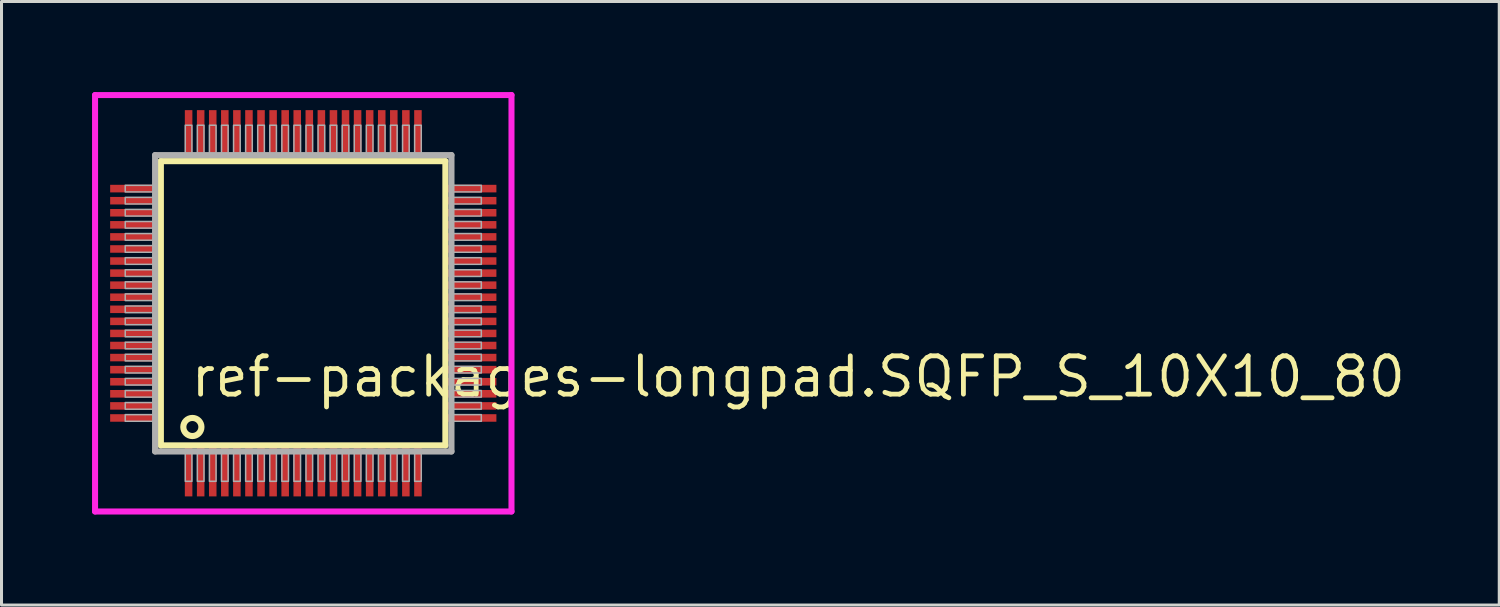
<source format=kicad_pcb>
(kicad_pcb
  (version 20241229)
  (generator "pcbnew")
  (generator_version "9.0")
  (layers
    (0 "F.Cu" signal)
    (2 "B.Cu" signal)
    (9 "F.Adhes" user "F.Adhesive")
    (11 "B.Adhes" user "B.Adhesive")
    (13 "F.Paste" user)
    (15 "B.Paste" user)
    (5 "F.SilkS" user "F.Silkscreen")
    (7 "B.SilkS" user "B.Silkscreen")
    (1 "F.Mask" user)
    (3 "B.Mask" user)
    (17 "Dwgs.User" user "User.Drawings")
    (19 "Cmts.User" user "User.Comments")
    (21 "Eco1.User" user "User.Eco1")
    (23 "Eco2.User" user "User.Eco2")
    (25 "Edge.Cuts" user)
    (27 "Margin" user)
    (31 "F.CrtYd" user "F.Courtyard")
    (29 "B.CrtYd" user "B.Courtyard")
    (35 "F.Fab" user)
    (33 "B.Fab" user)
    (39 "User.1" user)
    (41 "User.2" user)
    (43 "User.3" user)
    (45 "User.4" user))
  (footprint "ref-packages-longpad.SQFP_S_10X10_80"
    (layer "F.Cu")
    (at 7 7)
    (property "Reference" "ref-packages-longpad.SQFP_S_10X10_80" (at -3.81 3.175 0) (layer "F.SilkS") (effects (font (size 1.27 1.27) (thickness 0.16)) (justify left bottom)))
    (attr smd)
    (fp_line (start -4.72 -4.71) (end 4.71 -4.71) (stroke (width 0.203) (type default)) (layer "F.SilkS"))
    (fp_line (start -4.72 4.71) (end -4.72 -4.71) (stroke (width 0.203) (type default)) (layer "F.SilkS"))
    (fp_line (start 4.71 -4.71) (end 4.71 4.71) (stroke (width 0.203) (type default)) (layer "F.SilkS"))
    (fp_line (start 4.71 4.71) (end -4.72 4.71) (stroke (width 0.203) (type default)) (layer "F.SilkS"))
    (fp_circle (center -3.675 4.1) (end -3.375 4.1) (stroke (width 0.203) (type default)) (fill no) (layer "F.SilkS"))
    (fp_line (start -6.9 -6.9) (end 6.9 -6.9) (stroke (width 0.2) (type default)) (layer "F.CrtYd"))
    (fp_line (start -6.9 6.9) (end -6.9 -6.9) (stroke (width 0.2) (type default)) (layer "F.CrtYd"))
    (fp_line (start 6.9 -6.9) (end 6.9 6.9) (stroke (width 0.2) (type default)) (layer "F.CrtYd"))
    (fp_line (start 6.9 6.9) (end -6.9 6.9) (stroke (width 0.2) (type default)) (layer "F.CrtYd"))
    (fp_line (start -4.91 -4.91) (end -4.91 4.91) (stroke (width 0.203) (type default)) (layer "F.Fab"))
    (fp_line (start -4.91 4.91) (end 4.91 4.91) (stroke (width 0.203) (type default)) (layer "F.Fab"))
    (fp_line (start 4.91 -4.91) (end -4.91 -4.91) (stroke (width 0.203) (type default)) (layer "F.Fab"))
    (fp_line (start 4.91 4.91) (end 4.91 -4.91) (stroke (width 0.203) (type default)) (layer "F.Fab"))
    (fp_rect (start -5.9 -3.69) (end -4.95 -3.91) (stroke (width 0.05) (type default)) (fill no) (layer "F.Fab"))
    (fp_rect (start -5.9 -3.29) (end -4.95 -3.51) (stroke (width 0.05) (type default)) (fill no) (layer "F.Fab"))
    (fp_rect (start -5.9 -2.89) (end -4.95 -3.11) (stroke (width 0.05) (type default)) (fill no) (layer "F.Fab"))
    (fp_rect (start -5.9 -2.49) (end -4.95 -2.71) (stroke (width 0.05) (type default)) (fill no) (layer "F.Fab"))
    (fp_rect (start -5.9 -2.09) (end -4.95 -2.31) (stroke (width 0.05) (type default)) (fill no) (layer "F.Fab"))
    (fp_rect (start -5.9 -1.69) (end -4.95 -1.91) (stroke (width 0.05) (type default)) (fill no) (layer "F.Fab"))
    (fp_rect (start -5.9 -1.29) (end -4.95 -1.51) (stroke (width 0.05) (type default)) (fill no) (layer "F.Fab"))
    (fp_rect (start -5.9 -0.89) (end -4.95 -1.11) (stroke (width 0.05) (type default)) (fill no) (layer "F.Fab"))
    (fp_rect (start -5.9 -0.49) (end -4.95 -0.71) (stroke (width 0.05) (type default)) (fill no) (layer "F.Fab"))
    (fp_rect (start -5.9 -0.09) (end -4.95 -0.31) (stroke (width 0.05) (type default)) (fill no) (layer "F.Fab"))
    (fp_rect (start -5.9 0.31) (end -4.95 0.09) (stroke (width 0.05) (type default)) (fill no) (layer "F.Fab"))
    (fp_rect (start -5.9 0.71) (end -4.95 0.49) (stroke (width 0.05) (type default)) (fill no) (layer "F.Fab"))
    (fp_rect (start -5.9 1.11) (end -4.95 0.89) (stroke (width 0.05) (type default)) (fill no) (layer "F.Fab"))
    (fp_rect (start -5.9 1.51) (end -4.95 1.29) (stroke (width 0.05) (type default)) (fill no) (layer "F.Fab"))
    (fp_rect (start -5.9 1.91) (end -4.95 1.69) (stroke (width 0.05) (type default)) (fill no) (layer "F.Fab"))
    (fp_rect (start -5.9 2.31) (end -4.95 2.09) (stroke (width 0.05) (type default)) (fill no) (layer "F.Fab"))
    (fp_rect (start -5.9 2.71) (end -4.95 2.49) (stroke (width 0.05) (type default)) (fill no) (layer "F.Fab"))
    (fp_rect (start -5.9 3.11) (end -4.95 2.89) (stroke (width 0.05) (type default)) (fill no) (layer "F.Fab"))
    (fp_rect (start -5.9 3.51) (end -4.95 3.29) (stroke (width 0.05) (type default)) (fill no) (layer "F.Fab"))
    (fp_rect (start -5.9 3.91) (end -4.95 3.69) (stroke (width 0.05) (type default)) (fill no) (layer "F.Fab"))
    (fp_rect (start -3.91 -4.95) (end -3.69 -5.9) (stroke (width 0.05) (type default)) (fill no) (layer "F.Fab"))
    (fp_rect (start -3.91 5.9) (end -3.69 4.95) (stroke (width 0.05) (type default)) (fill no) (layer "F.Fab"))
    (fp_rect (start -3.51 -4.95) (end -3.29 -5.9) (stroke (width 0.05) (type default)) (fill no) (layer "F.Fab"))
    (fp_rect (start -3.51 5.9) (end -3.29 4.95) (stroke (width 0.05) (type default)) (fill no) (layer "F.Fab"))
    (fp_rect (start -3.11 -4.95) (end -2.89 -5.9) (stroke (width 0.05) (type default)) (fill no) (layer "F.Fab"))
    (fp_rect (start -3.11 5.9) (end -2.89 4.95) (stroke (width 0.05) (type default)) (fill no) (layer "F.Fab"))
    (fp_rect (start -2.71 -4.95) (end -2.49 -5.9) (stroke (width 0.05) (type default)) (fill no) (layer "F.Fab"))
    (fp_rect (start -2.71 5.9) (end -2.49 4.95) (stroke (width 0.05) (type default)) (fill no) (layer "F.Fab"))
    (fp_rect (start -2.31 -4.95) (end -2.09 -5.9) (stroke (width 0.05) (type default)) (fill no) (layer "F.Fab"))
    (fp_rect (start -2.31 5.9) (end -2.09 4.95) (stroke (width 0.05) (type default)) (fill no) (layer "F.Fab"))
    (fp_rect (start -1.91 -4.95) (end -1.69 -5.9) (stroke (width 0.05) (type default)) (fill no) (layer "F.Fab"))
    (fp_rect (start -1.91 5.9) (end -1.69 4.95) (stroke (width 0.05) (type default)) (fill no) (layer "F.Fab"))
    (fp_rect (start -1.51 -4.95) (end -1.29 -5.9) (stroke (width 0.05) (type default)) (fill no) (layer "F.Fab"))
    (fp_rect (start -1.51 5.9) (end -1.29 4.95) (stroke (width 0.05) (type default)) (fill no) (layer "F.Fab"))
    (fp_rect (start -1.11 -4.95) (end -0.89 -5.9) (stroke (width 0.05) (type default)) (fill no) (layer "F.Fab"))
    (fp_rect (start -1.11 5.9) (end -0.89 4.95) (stroke (width 0.05) (type default)) (fill no) (layer "F.Fab"))
    (fp_rect (start -0.71 -4.95) (end -0.49 -5.9) (stroke (width 0.05) (type default)) (fill no) (layer "F.Fab"))
    (fp_rect (start -0.71 5.9) (end -0.49 4.95) (stroke (width 0.05) (type default)) (fill no) (layer "F.Fab"))
    (fp_rect (start -0.31 -4.95) (end -0.09 -5.9) (stroke (width 0.05) (type default)) (fill no) (layer "F.Fab"))
    (fp_rect (start -0.31 5.9) (end -0.09 4.95) (stroke (width 0.05) (type default)) (fill no) (layer "F.Fab"))
    (fp_rect (start 0.09 -4.95) (end 0.31 -5.9) (stroke (width 0.05) (type default)) (fill no) (layer "F.Fab"))
    (fp_rect (start 0.09 5.9) (end 0.31 4.95) (stroke (width 0.05) (type default)) (fill no) (layer "F.Fab"))
    (fp_rect (start 0.49 -4.95) (end 0.71 -5.9) (stroke (width 0.05) (type default)) (fill no) (layer "F.Fab"))
    (fp_rect (start 0.49 5.9) (end 0.71 4.95) (stroke (width 0.05) (type default)) (fill no) (layer "F.Fab"))
    (fp_rect (start 0.89 -4.95) (end 1.11 -5.9) (stroke (width 0.05) (type default)) (fill no) (layer "F.Fab"))
    (fp_rect (start 0.89 5.9) (end 1.11 4.95) (stroke (width 0.05) (type default)) (fill no) (layer "F.Fab"))
    (fp_rect (start 1.29 -4.95) (end 1.51 -5.9) (stroke (width 0.05) (type default)) (fill no) (layer "F.Fab"))
    (fp_rect (start 1.29 5.9) (end 1.51 4.95) (stroke (width 0.05) (type default)) (fill no) (layer "F.Fab"))
    (fp_rect (start 1.69 -4.95) (end 1.91 -5.9) (stroke (width 0.05) (type default)) (fill no) (layer "F.Fab"))
    (fp_rect (start 1.69 5.9) (end 1.91 4.95) (stroke (width 0.05) (type default)) (fill no) (layer "F.Fab"))
    (fp_rect (start 2.09 -4.95) (end 2.31 -5.9) (stroke (width 0.05) (type default)) (fill no) (layer "F.Fab"))
    (fp_rect (start 2.09 5.9) (end 2.31 4.95) (stroke (width 0.05) (type default)) (fill no) (layer "F.Fab"))
    (fp_rect (start 2.49 -4.95) (end 2.71 -5.9) (stroke (width 0.05) (type default)) (fill no) (layer "F.Fab"))
    (fp_rect (start 2.49 5.9) (end 2.71 4.95) (stroke (width 0.05) (type default)) (fill no) (layer "F.Fab"))
    (fp_rect (start 2.89 -4.95) (end 3.11 -5.9) (stroke (width 0.05) (type default)) (fill no) (layer "F.Fab"))
    (fp_rect (start 2.89 5.9) (end 3.11 4.95) (stroke (width 0.05) (type default)) (fill no) (layer "F.Fab"))
    (fp_rect (start 3.29 -4.95) (end 3.51 -5.9) (stroke (width 0.05) (type default)) (fill no) (layer "F.Fab"))
    (fp_rect (start 3.29 5.9) (end 3.51 4.95) (stroke (width 0.05) (type default)) (fill no) (layer "F.Fab"))
    (fp_rect (start 3.69 -4.95) (end 3.91 -5.9) (stroke (width 0.05) (type default)) (fill no) (layer "F.Fab"))
    (fp_rect (start 3.69 5.9) (end 3.91 4.95) (stroke (width 0.05) (type default)) (fill no) (layer "F.Fab"))
    (fp_rect (start 4.95 -3.69) (end 5.9 -3.91) (stroke (width 0.05) (type default)) (fill no) (layer "F.Fab"))
    (fp_rect (start 4.95 -3.29) (end 5.9 -3.51) (stroke (width 0.05) (type default)) (fill no) (layer "F.Fab"))
    (fp_rect (start 4.95 -2.89) (end 5.9 -3.11) (stroke (width 0.05) (type default)) (fill no) (layer "F.Fab"))
    (fp_rect (start 4.95 -2.49) (end 5.9 -2.71) (stroke (width 0.05) (type default)) (fill no) (layer "F.Fab"))
    (fp_rect (start 4.95 -2.09) (end 5.9 -2.31) (stroke (width 0.05) (type default)) (fill no) (layer "F.Fab"))
    (fp_rect (start 4.95 -1.69) (end 5.9 -1.91) (stroke (width 0.05) (type default)) (fill no) (layer "F.Fab"))
    (fp_rect (start 4.95 -1.29) (end 5.9 -1.51) (stroke (width 0.05) (type default)) (fill no) (layer "F.Fab"))
    (fp_rect (start 4.95 -0.89) (end 5.9 -1.11) (stroke (width 0.05) (type default)) (fill no) (layer "F.Fab"))
    (fp_rect (start 4.95 -0.49) (end 5.9 -0.71) (stroke (width 0.05) (type default)) (fill no) (layer "F.Fab"))
    (fp_rect (start 4.95 -0.09) (end 5.9 -0.31) (stroke (width 0.05) (type default)) (fill no) (layer "F.Fab"))
    (fp_rect (start 4.95 0.31) (end 5.9 0.09) (stroke (width 0.05) (type default)) (fill no) (layer "F.Fab"))
    (fp_rect (start 4.95 0.71) (end 5.9 0.49) (stroke (width 0.05) (type default)) (fill no) (layer "F.Fab"))
    (fp_rect (start 4.95 1.11) (end 5.9 0.89) (stroke (width 0.05) (type default)) (fill no) (layer "F.Fab"))
    (fp_rect (start 4.95 1.51) (end 5.9 1.29) (stroke (width 0.05) (type default)) (fill no) (layer "F.Fab"))
    (fp_rect (start 4.95 1.91) (end 5.9 1.69) (stroke (width 0.05) (type default)) (fill no) (layer "F.Fab"))
    (fp_rect (start 4.95 2.31) (end 5.9 2.09) (stroke (width 0.05) (type default)) (fill no) (layer "F.Fab"))
    (fp_rect (start 4.95 2.71) (end 5.9 2.49) (stroke (width 0.05) (type default)) (fill no) (layer "F.Fab"))
    (fp_rect (start 4.95 3.11) (end 5.9 2.89) (stroke (width 0.05) (type default)) (fill no) (layer "F.Fab"))
    (fp_rect (start 4.95 3.51) (end 5.9 3.29) (stroke (width 0.05) (type default)) (fill no) (layer "F.Fab"))
    (fp_rect (start 4.95 3.91) (end 5.9 3.69) (stroke (width 0.05) (type default)) (fill no) (layer "F.Fab"))
    (pad "1" smd roundrect (at -3.8 5.6) (size 0.25 1.6) (layers "F.Cu" "F.Mask" "F.Paste") (roundrect_rratio 0.01))
    (pad "2" smd roundrect (at -3.4 5.6) (size 0.25 1.6) (layers "F.Cu" "F.Mask" "F.Paste") (roundrect_rratio 0.01))
    (pad "3" smd roundrect (at -3 5.6) (size 0.25 1.6) (layers "F.Cu" "F.Mask" "F.Paste") (roundrect_rratio 0.01))
    (pad "4" smd roundrect (at -2.6 5.6) (size 0.25 1.6) (layers "F.Cu" "F.Mask" "F.Paste") (roundrect_rratio 0.01))
    (pad "5" smd roundrect (at -2.2 5.6) (size 0.25 1.6) (layers "F.Cu" "F.Mask" "F.Paste") (roundrect_rratio 0.01))
    (pad "6" smd roundrect (at -1.8 5.6) (size 0.25 1.6) (layers "F.Cu" "F.Mask" "F.Paste") (roundrect_rratio 0.01))
    (pad "7" smd roundrect (at -1.4 5.6) (size 0.25 1.6) (layers "F.Cu" "F.Mask" "F.Paste") (roundrect_rratio 0.01))
    (pad "8" smd roundrect (at -1 5.6) (size 0.25 1.6) (layers "F.Cu" "F.Mask" "F.Paste") (roundrect_rratio 0.01))
    (pad "9" smd roundrect (at -0.6 5.6) (size 0.25 1.6) (layers "F.Cu" "F.Mask" "F.Paste") (roundrect_rratio 0.01))
    (pad "10" smd roundrect (at -0.2 5.6) (size 0.25 1.6) (layers "F.Cu" "F.Mask" "F.Paste") (roundrect_rratio 0.01))
    (pad "11" smd roundrect (at 0.2 5.6) (size 0.25 1.6) (layers "F.Cu" "F.Mask" "F.Paste") (roundrect_rratio 0.01))
    (pad "12" smd roundrect (at 0.6 5.6) (size 0.25 1.6) (layers "F.Cu" "F.Mask" "F.Paste") (roundrect_rratio 0.01))
    (pad "13" smd roundrect (at 1 5.6) (size 0.25 1.6) (layers "F.Cu" "F.Mask" "F.Paste") (roundrect_rratio 0.01))
    (pad "14" smd roundrect (at 1.4 5.6) (size 0.25 1.6) (layers "F.Cu" "F.Mask" "F.Paste") (roundrect_rratio 0.01))
    (pad "15" smd roundrect (at 1.8 5.6) (size 0.25 1.6) (layers "F.Cu" "F.Mask" "F.Paste") (roundrect_rratio 0.01))
    (pad "16" smd roundrect (at 2.2 5.6) (size 0.25 1.6) (layers "F.Cu" "F.Mask" "F.Paste") (roundrect_rratio 0.01))
    (pad "17" smd roundrect (at 2.6 5.6) (size 0.25 1.6) (layers "F.Cu" "F.Mask" "F.Paste") (roundrect_rratio 0.01))
    (pad "18" smd roundrect (at 3 5.6) (size 0.25 1.6) (layers "F.Cu" "F.Mask" "F.Paste") (roundrect_rratio 0.01))
    (pad "19" smd roundrect (at 3.4 5.6) (size 0.25 1.6) (layers "F.Cu" "F.Mask" "F.Paste") (roundrect_rratio 0.01))
    (pad "20" smd roundrect (at 3.8 5.6) (size 0.25 1.6) (layers "F.Cu" "F.Mask" "F.Paste") (roundrect_rratio 0.01))
    (pad "21" smd roundrect (at 5.6 3.8) (size 1.6 0.25) (layers "F.Cu" "F.Mask" "F.Paste") (roundrect_rratio 0.01))
    (pad "22" smd roundrect (at 5.6 3.4) (size 1.6 0.25) (layers "F.Cu" "F.Mask" "F.Paste") (roundrect_rratio 0.01))
    (pad "23" smd roundrect (at 5.6 3) (size 1.6 0.25) (layers "F.Cu" "F.Mask" "F.Paste") (roundrect_rratio 0.01))
    (pad "24" smd roundrect (at 5.6 2.6) (size 1.6 0.25) (layers "F.Cu" "F.Mask" "F.Paste") (roundrect_rratio 0.01))
    (pad "25" smd roundrect (at 5.6 2.2) (size 1.6 0.25) (layers "F.Cu" "F.Mask" "F.Paste") (roundrect_rratio 0.01))
    (pad "26" smd roundrect (at 5.6 1.8) (size 1.6 0.25) (layers "F.Cu" "F.Mask" "F.Paste") (roundrect_rratio 0.01))
    (pad "27" smd roundrect (at 5.6 1.4) (size 1.6 0.25) (layers "F.Cu" "F.Mask" "F.Paste") (roundrect_rratio 0.01))
    (pad "28" smd roundrect (at 5.6 1) (size 1.6 0.25) (layers "F.Cu" "F.Mask" "F.Paste") (roundrect_rratio 0.01))
    (pad "29" smd roundrect (at 5.6 0.6) (size 1.6 0.25) (layers "F.Cu" "F.Mask" "F.Paste") (roundrect_rratio 0.01))
    (pad "30" smd roundrect (at 5.6 0.2) (size 1.6 0.25) (layers "F.Cu" "F.Mask" "F.Paste") (roundrect_rratio 0.01))
    (pad "31" smd roundrect (at 5.6 -0.2) (size 1.6 0.25) (layers "F.Cu" "F.Mask" "F.Paste") (roundrect_rratio 0.01))
    (pad "32" smd roundrect (at 5.6 -0.6) (size 1.6 0.25) (layers "F.Cu" "F.Mask" "F.Paste") (roundrect_rratio 0.01))
    (pad "33" smd roundrect (at 5.6 -1) (size 1.6 0.25) (layers "F.Cu" "F.Mask" "F.Paste") (roundrect_rratio 0.01))
    (pad "34" smd roundrect (at 5.6 -1.4) (size 1.6 0.25) (layers "F.Cu" "F.Mask" "F.Paste") (roundrect_rratio 0.01))
    (pad "35" smd roundrect (at 5.6 -1.8) (size 1.6 0.25) (layers "F.Cu" "F.Mask" "F.Paste") (roundrect_rratio 0.01))
    (pad "36" smd roundrect (at 5.6 -2.2) (size 1.6 0.25) (layers "F.Cu" "F.Mask" "F.Paste") (roundrect_rratio 0.01))
    (pad "37" smd roundrect (at 5.6 -2.6) (size 1.6 0.25) (layers "F.Cu" "F.Mask" "F.Paste") (roundrect_rratio 0.01))
    (pad "38" smd roundrect (at 5.6 -3) (size 1.6 0.25) (layers "F.Cu" "F.Mask" "F.Paste") (roundrect_rratio 0.01))
    (pad "39" smd roundrect (at 5.6 -3.4) (size 1.6 0.25) (layers "F.Cu" "F.Mask" "F.Paste") (roundrect_rratio 0.01))
    (pad "40" smd roundrect (at 5.6 -3.8) (size 1.6 0.25) (layers "F.Cu" "F.Mask" "F.Paste") (roundrect_rratio 0.01))
    (pad "41" smd roundrect (at 3.8 -5.6) (size 0.25 1.6) (layers "F.Cu" "F.Mask" "F.Paste") (roundrect_rratio 0.01))
    (pad "42" smd roundrect (at 3.4 -5.6) (size 0.25 1.6) (layers "F.Cu" "F.Mask" "F.Paste") (roundrect_rratio 0.01))
    (pad "43" smd roundrect (at 3 -5.6) (size 0.25 1.6) (layers "F.Cu" "F.Mask" "F.Paste") (roundrect_rratio 0.01))
    (pad "44" smd roundrect (at 2.6 -5.6) (size 0.25 1.6) (layers "F.Cu" "F.Mask" "F.Paste") (roundrect_rratio 0.01))
    (pad "45" smd roundrect (at 2.2 -5.6) (size 0.25 1.6) (layers "F.Cu" "F.Mask" "F.Paste") (roundrect_rratio 0.01))
    (pad "46" smd roundrect (at 1.8 -5.6) (size 0.25 1.6) (layers "F.Cu" "F.Mask" "F.Paste") (roundrect_rratio 0.01))
    (pad "47" smd roundrect (at 1.4 -5.6) (size 0.25 1.6) (layers "F.Cu" "F.Mask" "F.Paste") (roundrect_rratio 0.01))
    (pad "48" smd roundrect (at 1 -5.6) (size 0.25 1.6) (layers "F.Cu" "F.Mask" "F.Paste") (roundrect_rratio 0.01))
    (pad "49" smd roundrect (at 0.6 -5.6) (size 0.25 1.6) (layers "F.Cu" "F.Mask" "F.Paste") (roundrect_rratio 0.01))
    (pad "50" smd roundrect (at 0.2 -5.6) (size 0.25 1.6) (layers "F.Cu" "F.Mask" "F.Paste") (roundrect_rratio 0.01))
    (pad "51" smd roundrect (at -0.2 -5.6) (size 0.25 1.6) (layers "F.Cu" "F.Mask" "F.Paste") (roundrect_rratio 0.01))
    (pad "52" smd roundrect (at -0.6 -5.6) (size 0.25 1.6) (layers "F.Cu" "F.Mask" "F.Paste") (roundrect_rratio 0.01))
    (pad "53" smd roundrect (at -1 -5.6) (size 0.25 1.6) (layers "F.Cu" "F.Mask" "F.Paste") (roundrect_rratio 0.01))
    (pad "54" smd roundrect (at -1.4 -5.6) (size 0.25 1.6) (layers "F.Cu" "F.Mask" "F.Paste") (roundrect_rratio 0.01))
    (pad "55" smd roundrect (at -1.8 -5.6) (size 0.25 1.6) (layers "F.Cu" "F.Mask" "F.Paste") (roundrect_rratio 0.01))
    (pad "56" smd roundrect (at -2.2 -5.6) (size 0.25 1.6) (layers "F.Cu" "F.Mask" "F.Paste") (roundrect_rratio 0.01))
    (pad "57" smd roundrect (at -2.6 -5.6) (size 0.25 1.6) (layers "F.Cu" "F.Mask" "F.Paste") (roundrect_rratio 0.01))
    (pad "58" smd roundrect (at -3 -5.6) (size 0.25 1.6) (layers "F.Cu" "F.Mask" "F.Paste") (roundrect_rratio 0.01))
    (pad "59" smd roundrect (at -3.4 -5.6) (size 0.25 1.6) (layers "F.Cu" "F.Mask" "F.Paste") (roundrect_rratio 0.01))
    (pad "60" smd roundrect (at -3.8 -5.6) (size 0.25 1.6) (layers "F.Cu" "F.Mask" "F.Paste") (roundrect_rratio 0.01))
    (pad "61" smd roundrect (at -5.6 -3.8) (size 1.6 0.25) (layers "F.Cu" "F.Mask" "F.Paste") (roundrect_rratio 0.01))
    (pad "62" smd roundrect (at -5.6 -3.4) (size 1.6 0.25) (layers "F.Cu" "F.Mask" "F.Paste") (roundrect_rratio 0.01))
    (pad "63" smd roundrect (at -5.6 -3) (size 1.6 0.25) (layers "F.Cu" "F.Mask" "F.Paste") (roundrect_rratio 0.01))
    (pad "64" smd roundrect (at -5.6 -2.6) (size 1.6 0.25) (layers "F.Cu" "F.Mask" "F.Paste") (roundrect_rratio 0.01))
    (pad "65" smd roundrect (at -5.6 -2.2) (size 1.6 0.25) (layers "F.Cu" "F.Mask" "F.Paste") (roundrect_rratio 0.01))
    (pad "66" smd roundrect (at -5.6 -1.8) (size 1.6 0.25) (layers "F.Cu" "F.Mask" "F.Paste") (roundrect_rratio 0.01))
    (pad "67" smd roundrect (at -5.6 -1.4) (size 1.6 0.25) (layers "F.Cu" "F.Mask" "F.Paste") (roundrect_rratio 0.01))
    (pad "68" smd roundrect (at -5.6 -1) (size 1.6 0.25) (layers "F.Cu" "F.Mask" "F.Paste") (roundrect_rratio 0.01))
    (pad "69" smd roundrect (at -5.6 -0.6) (size 1.6 0.25) (layers "F.Cu" "F.Mask" "F.Paste") (roundrect_rratio 0.01))
    (pad "70" smd roundrect (at -5.6 -0.2) (size 1.6 0.25) (layers "F.Cu" "F.Mask" "F.Paste") (roundrect_rratio 0.01))
    (pad "71" smd roundrect (at -5.6 0.2) (size 1.6 0.25) (layers "F.Cu" "F.Mask" "F.Paste") (roundrect_rratio 0.01))
    (pad "72" smd roundrect (at -5.6 0.6) (size 1.6 0.25) (layers "F.Cu" "F.Mask" "F.Paste") (roundrect_rratio 0.01))
    (pad "73" smd roundrect (at -5.6 1) (size 1.6 0.25) (layers "F.Cu" "F.Mask" "F.Paste") (roundrect_rratio 0.01))
    (pad "74" smd roundrect (at -5.6 1.4) (size 1.6 0.25) (layers "F.Cu" "F.Mask" "F.Paste") (roundrect_rratio 0.01))
    (pad "75" smd roundrect (at -5.6 1.8) (size 1.6 0.25) (layers "F.Cu" "F.Mask" "F.Paste") (roundrect_rratio 0.01))
    (pad "76" smd roundrect (at -5.6 2.2) (size 1.6 0.25) (layers "F.Cu" "F.Mask" "F.Paste") (roundrect_rratio 0.01))
    (pad "77" smd roundrect (at -5.6 2.6) (size 1.6 0.25) (layers "F.Cu" "F.Mask" "F.Paste") (roundrect_rratio 0.01))
    (pad "78" smd roundrect (at -5.6 3) (size 1.6 0.25) (layers "F.Cu" "F.Mask" "F.Paste") (roundrect_rratio 0.01))
    (pad "79" smd roundrect (at -5.6 3.4) (size 1.6 0.25) (layers "F.Cu" "F.Mask" "F.Paste") (roundrect_rratio 0.01))
    (pad "80" smd roundrect (at -5.6 3.8) (size 1.6 0.25) (layers "F.Cu" "F.Mask" "F.Paste") (roundrect_rratio 0.01)))
  (gr_rect
    (start -3 -3)
    (end 46.633 17)
    (stroke (width 0.1) (type default))
    (fill no)
    (layer "Edge.Cuts")))
</source>
